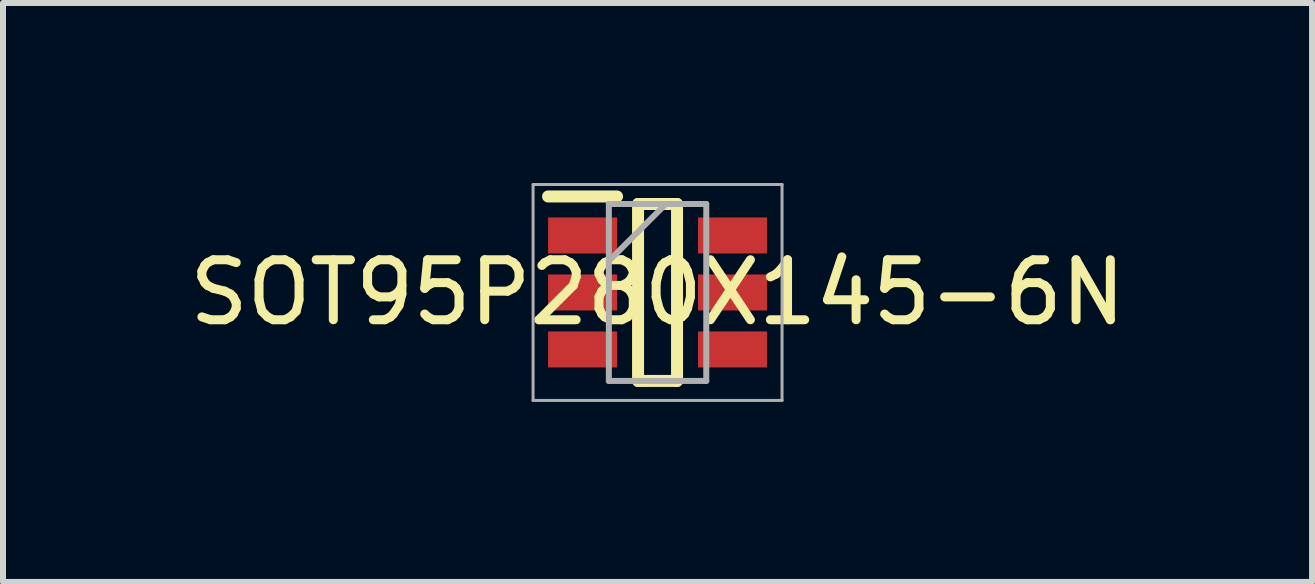
<source format=kicad_pcb>
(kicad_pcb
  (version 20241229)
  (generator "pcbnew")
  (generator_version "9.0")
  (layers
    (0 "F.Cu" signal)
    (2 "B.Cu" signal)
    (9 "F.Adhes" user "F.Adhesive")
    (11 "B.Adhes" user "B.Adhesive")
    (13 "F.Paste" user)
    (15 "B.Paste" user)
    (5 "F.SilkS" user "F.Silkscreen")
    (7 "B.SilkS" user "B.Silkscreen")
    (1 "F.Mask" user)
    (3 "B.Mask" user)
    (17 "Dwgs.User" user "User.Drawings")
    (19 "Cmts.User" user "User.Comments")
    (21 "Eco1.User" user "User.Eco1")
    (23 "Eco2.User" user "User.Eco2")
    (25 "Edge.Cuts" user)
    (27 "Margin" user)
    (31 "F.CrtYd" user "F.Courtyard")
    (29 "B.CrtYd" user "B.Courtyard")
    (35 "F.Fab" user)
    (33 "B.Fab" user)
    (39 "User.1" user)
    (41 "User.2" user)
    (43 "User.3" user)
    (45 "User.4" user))
  (footprint "SOT95P280X145-6N"
    (layer "F.Cu")
    (at 7.911 1.825)
    (property "Reference" "SOT95P280X145-6N" (at 0 0 0) (layer "F.SilkS") (effects (font (size 1 1) (thickness 0.15))))
    (attr smd)
    (fp_line (start -1.825 -1.6) (end -0.675 -1.6) (stroke (width 0.2) (type solid)) (layer "F.SilkS"))
    (fp_line (start -0.325 -1.475) (end 0.325 -1.475) (stroke (width 0.2) (type solid)) (layer "F.SilkS"))
    (fp_line (start -0.325 1.475) (end -0.325 -1.475) (stroke (width 0.2) (type solid)) (layer "F.SilkS"))
    (fp_line (start 0.325 -1.475) (end 0.325 1.475) (stroke (width 0.2) (type solid)) (layer "F.SilkS"))
    (fp_line (start 0.325 1.475) (end -0.325 1.475) (stroke (width 0.2) (type solid)) (layer "F.SilkS"))
    (fp_line (start -2.075 -1.8) (end 2.075 -1.8) (stroke (width 0.05) (type solid)) (layer "F.Fab"))
    (fp_line (start -2.075 1.8) (end -2.075 -1.8) (stroke (width 0.05) (type solid)) (layer "F.Fab"))
    (fp_line (start -0.812 -1.475) (end 0.812 -1.475) (stroke (width 0.1) (type solid)) (layer "F.Fab"))
    (fp_line (start -0.812 -0.525) (end 0.138 -1.475) (stroke (width 0.1) (type solid)) (layer "F.Fab"))
    (fp_line (start -0.812 1.475) (end -0.812 -1.475) (stroke (width 0.1) (type solid)) (layer "F.Fab"))
    (fp_line (start 0.812 -1.475) (end 0.812 1.475) (stroke (width 0.1) (type solid)) (layer "F.Fab"))
    (fp_line (start 0.812 1.475) (end -0.812 1.475) (stroke (width 0.1) (type solid)) (layer "F.Fab"))
    (fp_line (start 2.075 -1.8) (end 2.075 1.8) (stroke (width 0.05) (type solid)) (layer "F.Fab"))
    (fp_line (start 2.075 1.8) (end -2.075 1.8) (stroke (width 0.05) (type solid)) (layer "F.Fab"))
    (pad "1" smd rect (at -1.25 -0.95) (size 1.15 0.6) (layers "F.Cu" "F.Mask" "F.Paste"))
    (pad "2" smd rect (at -1.25 0) (size 1.15 0.6) (layers "F.Cu" "F.Mask" "F.Paste"))
    (pad "3" smd rect (at -1.25 0.95) (size 1.15 0.6) (layers "F.Cu" "F.Mask" "F.Paste"))
    (pad "4" smd rect (at 1.25 0.95) (size 1.15 0.6) (layers "F.Cu" "F.Mask" "F.Paste"))
    (pad "5" smd rect (at 1.25 0) (size 1.15 0.6) (layers "F.Cu" "F.Mask" "F.Paste"))
    (pad "6" smd rect (at 1.25 -0.95) (size 1.15 0.6) (layers "F.Cu" "F.Mask" "F.Paste")))
  (gr_rect
    (start -3 -3)
    (end 18.821 6.65)
    (stroke (width 0.1) (type default))
    (fill no)
    (layer "Edge.Cuts")))
</source>
